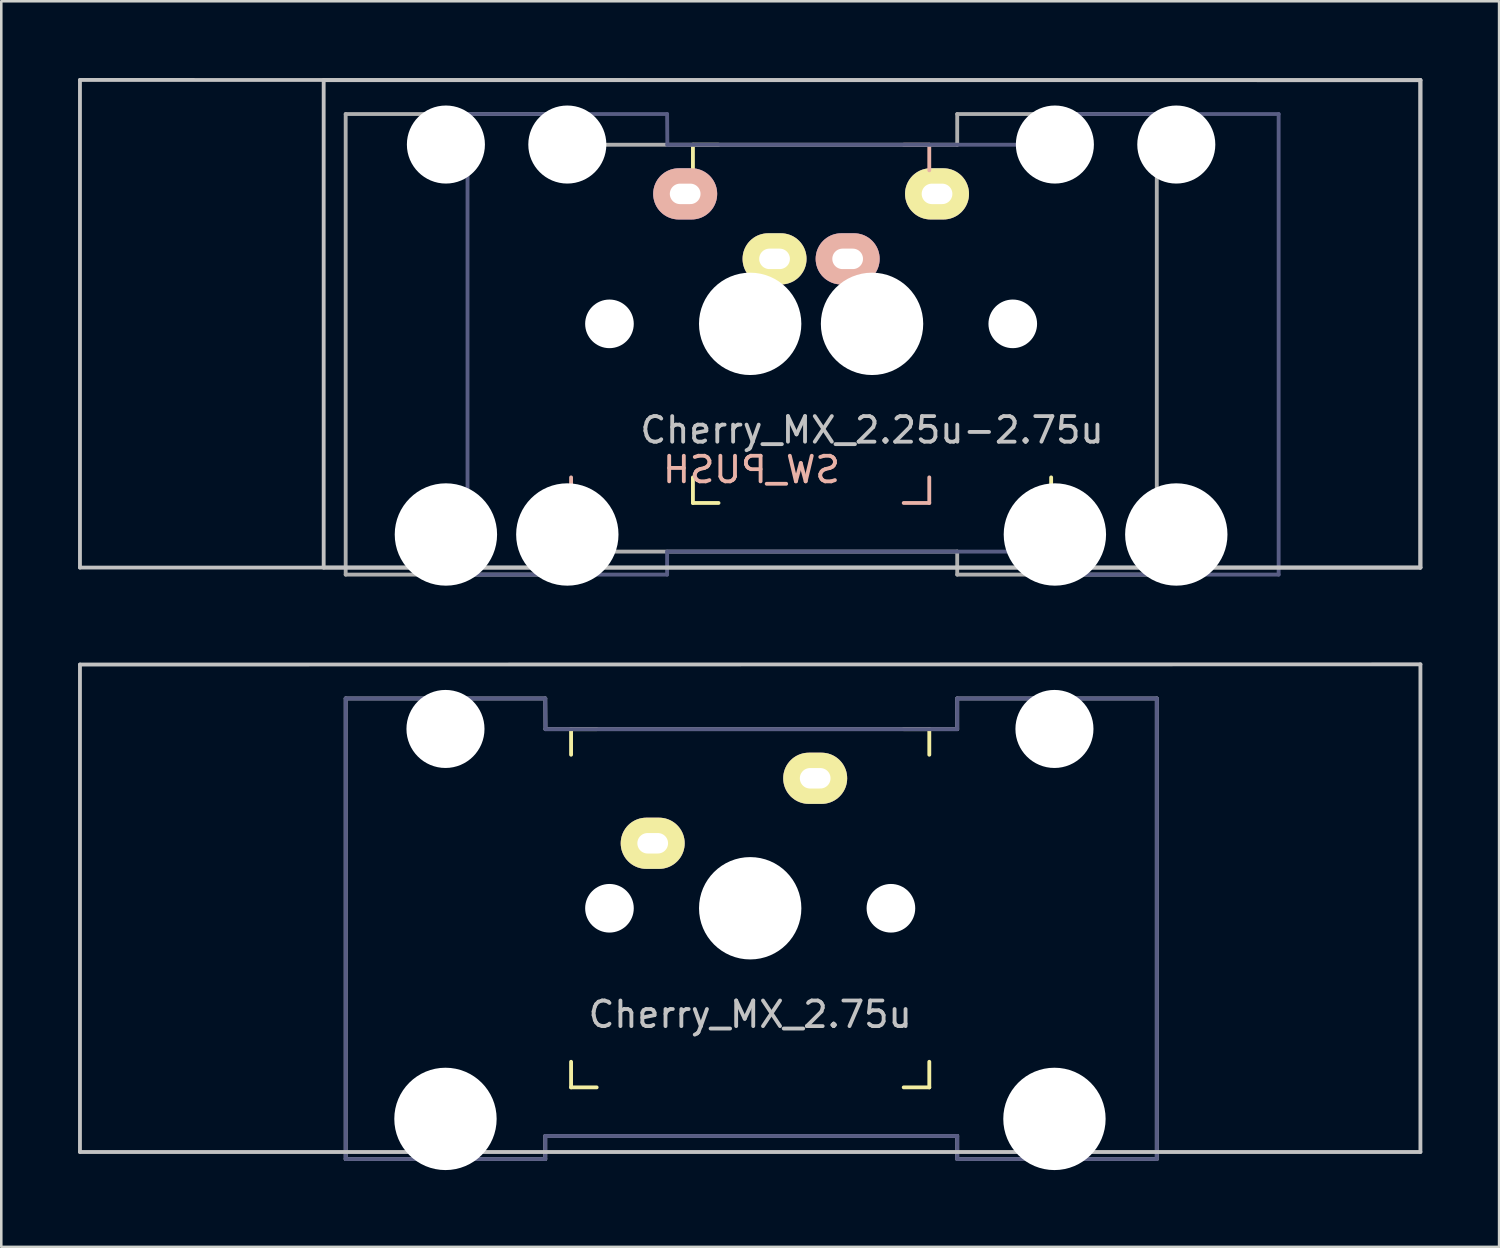
<source format=kicad_pcb>
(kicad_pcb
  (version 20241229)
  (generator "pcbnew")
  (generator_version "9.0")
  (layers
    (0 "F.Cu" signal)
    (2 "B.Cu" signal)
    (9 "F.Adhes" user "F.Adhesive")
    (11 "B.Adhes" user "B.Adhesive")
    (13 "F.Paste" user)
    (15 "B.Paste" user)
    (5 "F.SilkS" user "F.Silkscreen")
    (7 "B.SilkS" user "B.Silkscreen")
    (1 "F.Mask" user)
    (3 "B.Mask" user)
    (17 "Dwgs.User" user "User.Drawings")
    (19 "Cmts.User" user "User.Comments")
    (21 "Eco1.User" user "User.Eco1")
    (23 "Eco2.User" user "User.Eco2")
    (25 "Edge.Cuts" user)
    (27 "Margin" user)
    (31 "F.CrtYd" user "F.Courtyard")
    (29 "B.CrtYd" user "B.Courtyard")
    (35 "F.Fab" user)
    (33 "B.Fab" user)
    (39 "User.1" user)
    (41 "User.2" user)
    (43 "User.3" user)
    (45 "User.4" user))
  (footprint "Cherry_MX_2.25u-2.75u"
    (layer "F.Cu")
    (at 31.031 9.607)
    (property "Reference" "Cherry_MX_2.25u-2.75u" (at 0 4.15 0) (layer "Dwgs.User") (effects (font (size 1 1) (thickness 0.15))))
    (property "Value" "SW_PUSH" (at -0.05 5.7 0) (layer "F.SilkS") (hide yes) (effects (font (size 1 1) (thickness 0.15))))
    (attr through_hole)
    (fp_line (start -7 -7) (end -6 -7) (stroke (width 0.15) (type solid)) (layer "F.SilkS"))
    (fp_line (start -7 -6) (end -7 -7) (stroke (width 0.15) (type solid)) (layer "F.SilkS"))
    (fp_line (start -7 6) (end -7 7) (stroke (width 0.15) (type solid)) (layer "F.SilkS"))
    (fp_line (start -6 7) (end -7 7) (stroke (width 0.15) (type solid)) (layer "F.SilkS"))
    (fp_line (start 6 7) (end 7 7) (stroke (width 0.15) (type solid)) (layer "F.SilkS"))
    (fp_line (start 7 -7) (end 6 -7) (stroke (width 0.15) (type solid)) (layer "F.SilkS"))
    (fp_line (start 7 -6) (end 7 -7) (stroke (width 0.15) (type solid)) (layer "F.SilkS"))
    (fp_line (start 7 7) (end 7 6) (stroke (width 0.15) (type solid)) (layer "F.SilkS"))
    (fp_line (start -11.762 -7) (end -10.762 -7) (stroke (width 0.15) (type solid)) (layer "B.SilkS"))
    (fp_line (start -11.762 -6) (end -11.762 -7) (stroke (width 0.15) (type solid)) (layer "B.SilkS"))
    (fp_line (start -11.762 7) (end -11.762 6) (stroke (width 0.15) (type solid)) (layer "B.SilkS"))
    (fp_line (start -10.762 7) (end -11.762 7) (stroke (width 0.15) (type solid)) (layer "B.SilkS"))
    (fp_line (start 1.238 7) (end 2.237 7) (stroke (width 0.15) (type solid)) (layer "B.SilkS"))
    (fp_line (start 2.237 -7) (end 1.238 -7) (stroke (width 0.15) (type solid)) (layer "B.SilkS"))
    (fp_line (start 2.237 -6) (end 2.237 -7) (stroke (width 0.15) (type solid)) (layer "B.SilkS"))
    (fp_line (start 2.237 6) (end 2.237 7) (stroke (width 0.15) (type solid)) (layer "B.SilkS"))
    (fp_line (start -30.956 -9.533) (end -30.956 9.525) (stroke (width 0.15) (type solid)) (layer "Dwgs.User"))
    (fp_line (start -30.956 9.525) (end 21.431 9.525) (stroke (width 0.15) (type solid)) (layer "Dwgs.User"))
    (fp_line (start -21.431 -9.525) (end 21.431 -9.525) (stroke (width 0.15) (type solid)) (layer "Dwgs.User"))
    (fp_line (start -21.431 9.525) (end -21.431 -9.525) (stroke (width 0.15) (type solid)) (layer "Dwgs.User"))
    (fp_line (start 21.431 -9.525) (end -30.956 -9.533) (stroke (width 0.15) (type solid)) (layer "Dwgs.User"))
    (fp_line (start 21.431 -9.525) (end 21.431 9.525) (stroke (width 0.15) (type solid)) (layer "Dwgs.User"))
    (fp_line (start 21.431 9.525) (end -21.431 9.525) (stroke (width 0.15) (type solid)) (layer "Dwgs.User"))
    (fp_line (start 21.431 9.525) (end 21.431 -9.525) (stroke (width 0.15) (type solid)) (layer "Dwgs.User"))
    (fp_line (start -15.809 9.8) (end -8.009 9.8) (stroke (width 0.15) (type solid)) (layer "B.Fab"))
    (fp_line (start -15.809 -8.2) (end -15.809 9.8) (stroke (width 0.15) (type solid)) (layer "B.Fab"))
    (fp_line (start -8.009 -8.2) (end -15.809 -8.2) (stroke (width 0.15) (type solid)) (layer "B.Fab"))
    (fp_line (start -8.009 8.9) (end 8.091 8.9) (stroke (width 0.15) (type solid)) (layer "B.Fab"))
    (fp_line (start -8.009 9.8) (end -8.009 8.9) (stroke (width 0.15) (type solid)) (layer "B.Fab"))
    (fp_line (start -8 -7) (end -8.009 -8.2) (stroke (width 0.15) (type solid)) (layer "B.Fab"))
    (fp_line (start 8.091 9.8) (end 8.091 8.9) (stroke (width 0.15) (type solid)) (layer "B.Fab"))
    (fp_line (start 8.091 9.8) (end 15.891 9.8) (stroke (width 0.15) (type solid)) (layer "B.Fab"))
    (fp_line (start 8.091 -8.2) (end 8.091 -7) (stroke (width 0.15) (type solid)) (layer "B.Fab"))
    (fp_line (start 8.091 -7) (end -8 -7) (stroke (width 0.15) (type solid)) (layer "B.Fab"))
    (fp_line (start 15.891 -8.2) (end 8.091 -8.2) (stroke (width 0.15) (type solid)) (layer "B.Fab"))
    (fp_line (start 15.891 9.8) (end 15.891 -8.2) (stroke (width 0.15) (type solid)) (layer "B.Fab"))
    (fp_line (start -20.571 9.8) (end -12.771 9.8) (stroke (width 0.15) (type solid)) (layer "F.Fab"))
    (fp_line (start -20.571 -8.2) (end -20.571 9.8) (stroke (width 0.15) (type solid)) (layer "F.Fab"))
    (fp_line (start -12.771 -8.2) (end -20.571 -8.2) (stroke (width 0.15) (type solid)) (layer "F.Fab"))
    (fp_line (start -12.771 8.9) (end 3.329 8.9) (stroke (width 0.15) (type solid)) (layer "F.Fab"))
    (fp_line (start -12.771 9.8) (end -12.771 8.9) (stroke (width 0.15) (type solid)) (layer "F.Fab"))
    (fp_line (start -12.763 -7) (end -12.771 -8.2) (stroke (width 0.15) (type solid)) (layer "F.Fab"))
    (fp_line (start 3.329 9.8) (end 3.329 8.9) (stroke (width 0.15) (type solid)) (layer "F.Fab"))
    (fp_line (start 3.329 9.8) (end 11.129 9.8) (stroke (width 0.15) (type solid)) (layer "F.Fab"))
    (fp_line (start 3.329 -8.2) (end 3.329 -7) (stroke (width 0.15) (type solid)) (layer "F.Fab"))
    (fp_line (start 3.329 -7) (end -12.763 -7) (stroke (width 0.15) (type solid)) (layer "F.Fab"))
    (fp_line (start 11.129 -8.2) (end 3.329 -8.2) (stroke (width 0.15) (type solid)) (layer "F.Fab"))
    (fp_line (start 11.129 9.8) (end 11.129 -8.2) (stroke (width 0.15) (type solid)) (layer "F.Fab"))
    (fp_text user "${VALUE}" (at -4.713 5.7 180) (layer "B.SilkS") (effects (font (size 1 1) (thickness 0.15)) (justify mirror)))
    (pad "" np_thru_hole circle (at -16.654 -7.008 180) (size 3.05 3.05) (drill 3.05) (layers "*.Cu" "*.Mask"))
    (pad "" np_thru_hole circle (at -16.654 8.232 180) (size 4 4) (drill 4) (layers "*.Cu" "*.Mask"))
    (pad "" np_thru_hole circle (at -11.909 -7.008) (size 3.05 3.05) (drill 3.05) (layers "*.Cu" "*.Mask"))
    (pad "" np_thru_hole circle (at -11.909 8.232) (size 4 4) (drill 4) (layers "*.Cu" "*.Mask"))
    (pad "" np_thru_hole circle (at -10.262 0 90) (size 1.9 1.9) (drill 1.9) (layers "*.Cu" "*.Mask"))
    (pad "" np_thru_hole circle (at -4.763 0 90) (size 4 4) (drill 4) (layers "*.Cu" "*.Mask"))
    (pad "" np_thru_hole circle (at 0 0 90) (size 4 4) (drill 4) (layers "*.Cu" "*.Mask"))
    (pad "" np_thru_hole circle (at 5.5 0 90) (size 1.9 1.9) (drill 1.9) (layers "*.Cu" "*.Mask"))
    (pad "" np_thru_hole circle (at 7.146 -7.008 180) (size 3.05 3.05) (drill 3.05) (layers "*.Cu" "*.Mask"))
    (pad "" np_thru_hole circle (at 7.146 8.232 180) (size 4 4) (drill 4) (layers "*.Cu" "*.Mask"))
    (pad "" np_thru_hole circle (at 11.891 -7.008) (size 3.05 3.05) (drill 3.05) (layers "*.Cu" "*.Mask"))
    (pad "" np_thru_hole circle (at 11.891 8.232) (size 4 4) (drill 4) (layers "*.Cu" "*.Mask"))
    (pad "1" thru_hole oval (at -7.303 -5.08 180) (size 2.5 2) (drill oval 1.2 0.8) (layers "*.Cu" "F.Mask" "B.SilkS"))
    (pad "1" thru_hole oval (at 2.54 -5.08) (size 2.5 2) (drill oval 1.2 0.8) (layers "*.Cu" "B.Mask" "F.SilkS"))
    (pad "2" thru_hole oval (at -3.81 -2.54) (size 2.5 2) (drill oval 1.2 0.8) (layers "*.Cu" "B.Mask" "F.SilkS"))
    (pad "2" thru_hole oval (at -0.953 -2.54 180) (size 2.5 2) (drill oval 1.2 0.8) (layers "*.Cu" "F.Mask" "B.SilkS")))
  (footprint "Cherry_MX_2.75u"
    (layer "F.Cu")
    (at 26.269 32.447)
    (property "Reference" "Cherry_MX_2.75u" (at 0 4.15 0) (layer "Dwgs.User") (effects (font (size 1 1) (thickness 0.15))))
    (attr through_hole)
    (fp_line (start -7 -7) (end -6 -7) (stroke (width 0.15) (type solid)) (layer "F.SilkS"))
    (fp_line (start -7 -6) (end -7 -7) (stroke (width 0.15) (type solid)) (layer "F.SilkS"))
    (fp_line (start -7 6) (end -7 7) (stroke (width 0.15) (type solid)) (layer "F.SilkS"))
    (fp_line (start -6 7) (end -7 7) (stroke (width 0.15) (type solid)) (layer "F.SilkS"))
    (fp_line (start 6 7) (end 7 7) (stroke (width 0.15) (type solid)) (layer "F.SilkS"))
    (fp_line (start 7 -7) (end 6 -7) (stroke (width 0.15) (type solid)) (layer "F.SilkS"))
    (fp_line (start 7 -6) (end 7 -7) (stroke (width 0.15) (type solid)) (layer "F.SilkS"))
    (fp_line (start 7 7) (end 7 6) (stroke (width 0.15) (type solid)) (layer "F.SilkS"))
    (fp_line (start -26.194 -9.525) (end 26.194 -9.533) (stroke (width 0.15) (type solid)) (layer "Dwgs.User"))
    (fp_line (start -26.194 9.525) (end -26.194 -9.525) (stroke (width 0.15) (type solid)) (layer "Dwgs.User"))
    (fp_line (start 26.194 -9.533) (end 26.194 9.525) (stroke (width 0.15) (type solid)) (layer "Dwgs.User"))
    (fp_line (start 26.194 9.525) (end -26.194 9.525) (stroke (width 0.15) (type solid)) (layer "Dwgs.User"))
    (fp_line (start -15.809 9.8) (end -8.009 9.8) (stroke (width 0.15) (type solid)) (layer "B.Fab"))
    (fp_line (start -15.809 -8.2) (end -15.809 9.8) (stroke (width 0.15) (type solid)) (layer "B.Fab"))
    (fp_line (start -8.009 -8.2) (end -15.809 -8.2) (stroke (width 0.15) (type solid)) (layer "B.Fab"))
    (fp_line (start -8.009 8.9) (end 8.091 8.9) (stroke (width 0.15) (type solid)) (layer "B.Fab"))
    (fp_line (start -8.009 9.8) (end -8.009 8.9) (stroke (width 0.15) (type solid)) (layer "B.Fab"))
    (fp_line (start -8 -7) (end -8.009 -8.2) (stroke (width 0.15) (type solid)) (layer "B.Fab"))
    (fp_line (start 8.091 9.8) (end 8.091 8.9) (stroke (width 0.15) (type solid)) (layer "B.Fab"))
    (fp_line (start 8.091 9.8) (end 15.891 9.8) (stroke (width 0.15) (type solid)) (layer "B.Fab"))
    (fp_line (start 8.091 -8.2) (end 8.091 -7) (stroke (width 0.15) (type solid)) (layer "B.Fab"))
    (fp_line (start 8.091 -7) (end -8 -7) (stroke (width 0.15) (type solid)) (layer "B.Fab"))
    (fp_line (start 15.891 -8.2) (end 8.091 -8.2) (stroke (width 0.15) (type solid)) (layer "B.Fab"))
    (fp_line (start 15.891 9.8) (end 15.891 -8.2) (stroke (width 0.15) (type solid)) (layer "B.Fab"))
    (fp_line (start -15.809 9.8) (end -8.009 9.8) (stroke (width 0.15) (type solid)) (layer "F.Fab"))
    (fp_line (start -15.809 -8.2) (end -15.809 9.8) (stroke (width 0.15) (type solid)) (layer "F.Fab"))
    (fp_line (start -8.009 -8.2) (end -15.809 -8.2) (stroke (width 0.15) (type solid)) (layer "F.Fab"))
    (fp_line (start -8.009 8.9) (end 8.091 8.9) (stroke (width 0.15) (type solid)) (layer "F.Fab"))
    (fp_line (start -8.009 9.8) (end -8.009 8.9) (stroke (width 0.15) (type solid)) (layer "F.Fab"))
    (fp_line (start -8 -7) (end -8.009 -8.2) (stroke (width 0.15) (type solid)) (layer "F.Fab"))
    (fp_line (start 8.091 9.8) (end 8.091 8.9) (stroke (width 0.15) (type solid)) (layer "F.Fab"))
    (fp_line (start 8.091 9.8) (end 15.891 9.8) (stroke (width 0.15) (type solid)) (layer "F.Fab"))
    (fp_line (start 8.091 -8.2) (end 8.091 -7) (stroke (width 0.15) (type solid)) (layer "F.Fab"))
    (fp_line (start 8.091 -7) (end -8 -7) (stroke (width 0.15) (type solid)) (layer "F.Fab"))
    (fp_line (start 15.891 -8.2) (end 8.091 -8.2) (stroke (width 0.15) (type solid)) (layer "F.Fab"))
    (fp_line (start 15.891 9.8) (end 15.891 -8.2) (stroke (width 0.15) (type solid)) (layer "F.Fab"))
    (pad "" np_thru_hole circle (at -11.909 -7.008) (size 3.05 3.05) (drill 3.05) (layers "*.Cu" "*.Mask"))
    (pad "" np_thru_hole circle (at -11.909 8.232) (size 4 4) (drill 4) (layers "*.Cu" "*.Mask"))
    (pad "" np_thru_hole circle (at -5.5 0 90) (size 1.9 1.9) (drill 1.9) (layers "*.Cu" "*.Mask"))
    (pad "" np_thru_hole circle (at 0 0 90) (size 4 4) (drill 4) (layers "*.Cu" "*.Mask"))
    (pad "" np_thru_hole circle (at 5.5 0 90) (size 1.9 1.9) (drill 1.9) (layers "*.Cu" "*.Mask"))
    (pad "" np_thru_hole circle (at 11.891 -7.008) (size 3.05 3.05) (drill 3.05) (layers "*.Cu" "*.Mask"))
    (pad "" np_thru_hole circle (at 11.891 8.232) (size 4 4) (drill 4) (layers "*.Cu" "*.Mask"))
    (pad "1" thru_hole oval (at 2.54 -5.08) (size 2.5 2) (drill oval 1.2 0.8) (layers "*.Cu" "B.Mask" "F.SilkS"))
    (pad "2" thru_hole oval (at -3.81 -2.54) (size 2.5 2) (drill oval 1.2 0.8) (layers "*.Cu" "B.Mask" "F.SilkS")))
  (gr_rect
    (start -3 -3)
    (end 55.538 45.68)
    (stroke (width 0.1) (type default))
    (fill no)
    (layer "Edge.Cuts")))
</source>
